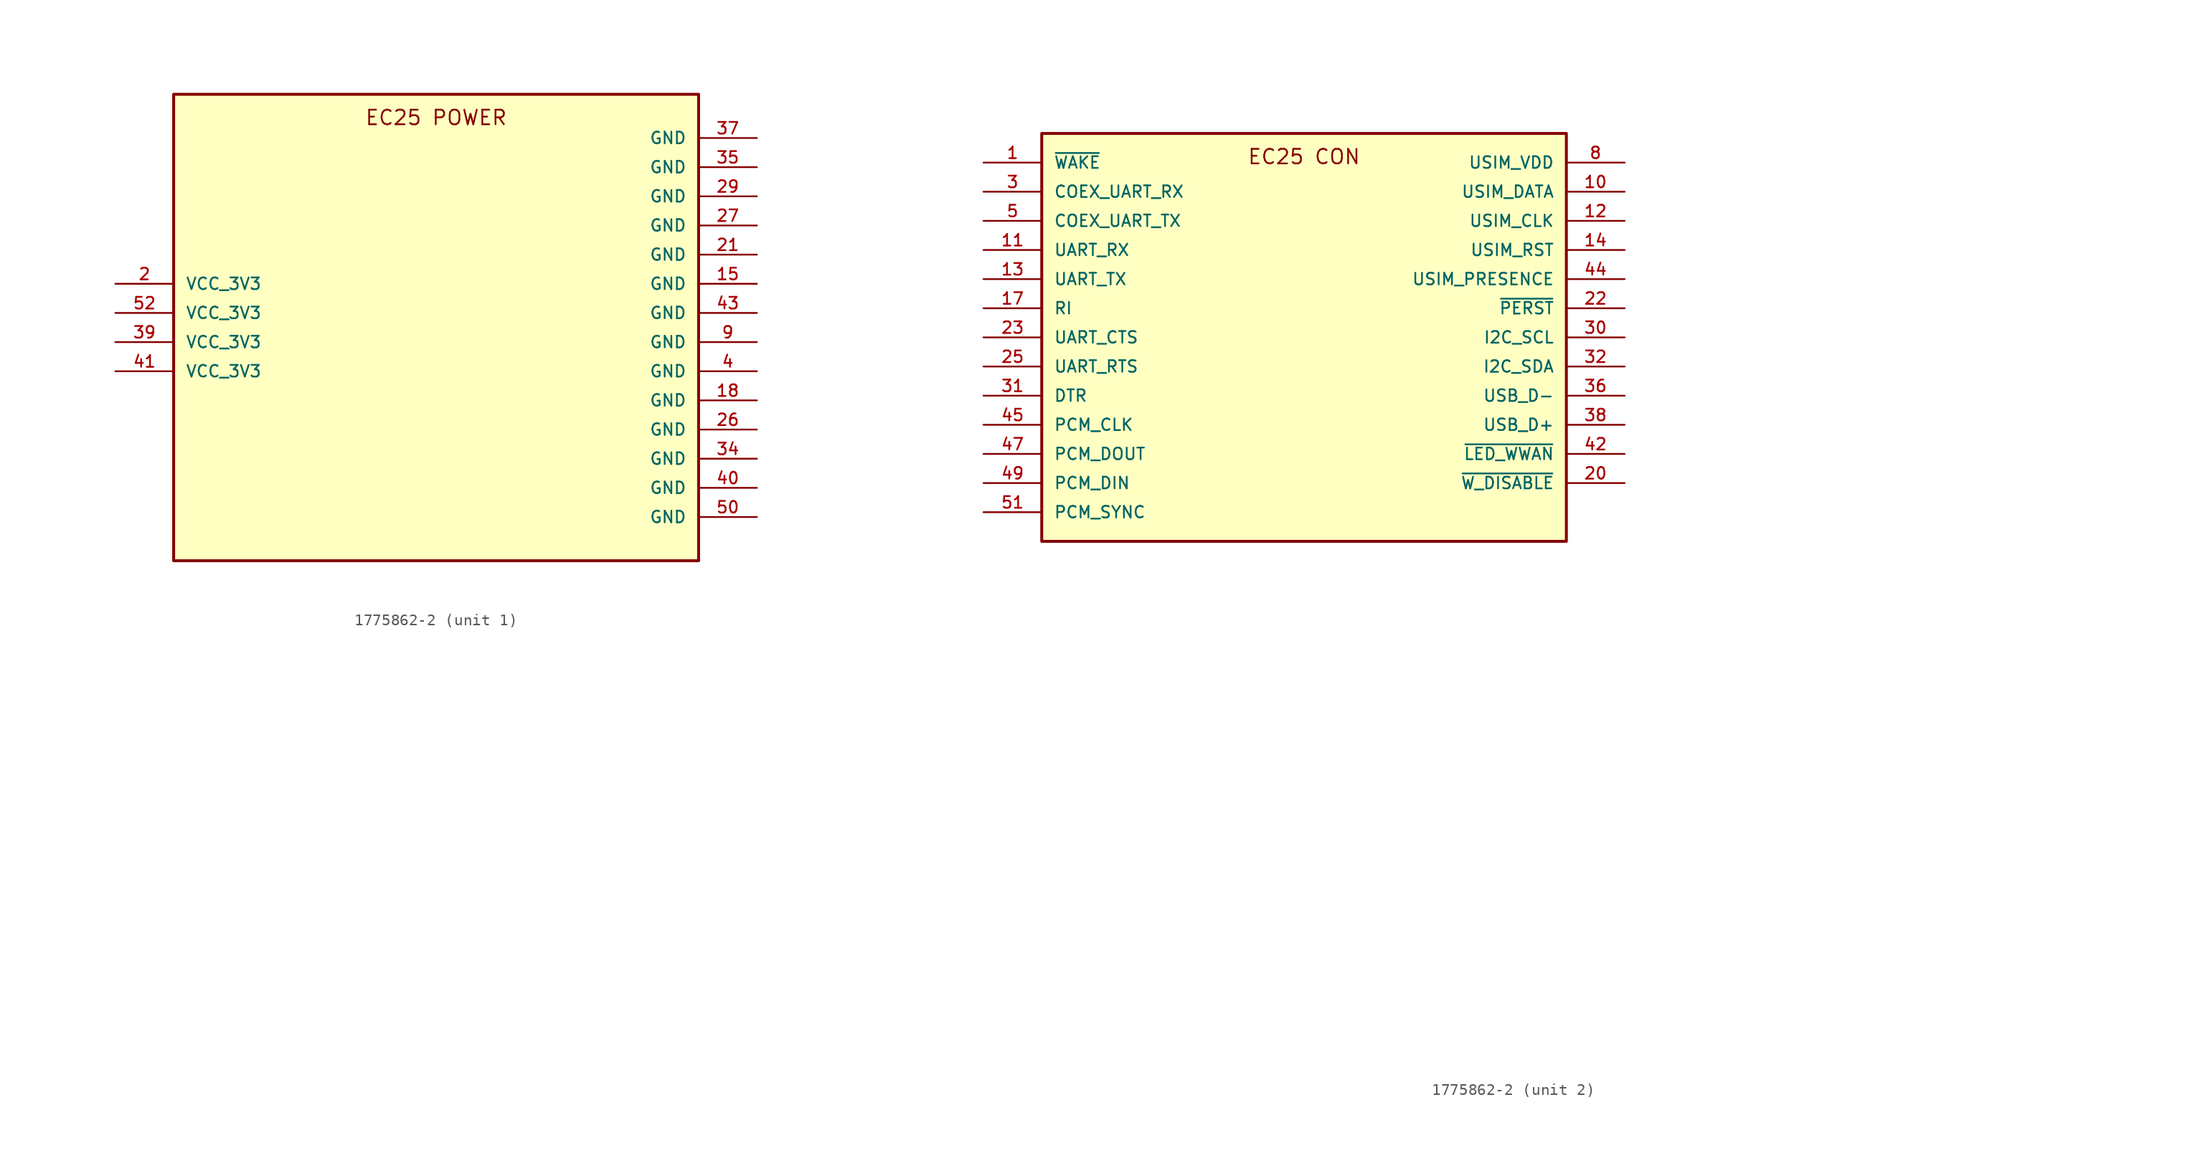
<source format=kicad_sym>
(kicad_symbol_lib
  (version 20241209)
  (generator "kicad_symbol_editor")
  (generator_version "9.0")
  (symbol "1775862-2"
    (pin_names
      (offset 1.016))
    (property "Reference" "P"
      (at -22.865 33.535 0)
      (effects (font (size 1.27 1.27)) (justify left bottom) (hide yes)))
    (property "ki_locked" ""
      (at 0 0 0)
      (effects (font (size 1.27 1.27))))
    (symbol "1775862-2_1_0"
      (rectangle (start -22.86 7.62) (end 22.86 -33.02) (stroke (width 0.254) (type solid)) (fill (type background)))
      (pin power_in line (at -27.94 -8.89 0) (length 5.08) (name "VCC_3V3" (effects (font (size 1.016 1.016)))) (number "2" (effects (font (size 1.016 1.016)))))
      (pin power_in line (at -27.94 -11.43 0) (length 5.08) (name "VCC_3V3" (effects (font (size 1.016 1.016)))) (number "52" (effects (font (size 1.016 1.016)))))
      (pin power_in line (at -27.94 -13.97 0) (length 5.08) (name "VCC_3V3" (effects (font (size 1.016 1.016)))) (number "39" (effects (font (size 1.016 1.016)))))
      (pin power_in line (at -27.94 -16.51 0) (length 5.08) (name "VCC_3V3" (effects (font (size 1.016 1.016)))) (number "41" (effects (font (size 1.016 1.016)))))
      (pin power_in line (at 27.94 3.81 180) (length 5.08) (name "GND" (effects (font (size 1.016 1.016)))) (number "37" (effects (font (size 1.016 1.016)))))
      (pin power_in line (at 27.94 1.27 180) (length 5.08) (name "GND" (effects (font (size 1.016 1.016)))) (number "35" (effects (font (size 1.016 1.016)))))
      (pin power_in line (at 27.94 -1.27 180) (length 5.08) (name "GND" (effects (font (size 1.016 1.016)))) (number "29" (effects (font (size 1.016 1.016)))))
      (pin power_in line (at 27.94 -3.81 180) (length 5.08) (name "GND" (effects (font (size 1.016 1.016)))) (number "27" (effects (font (size 1.016 1.016)))))
      (pin power_in line (at 27.94 -6.35 180) (length 5.08) (name "GND" (effects (font (size 1.016 1.016)))) (number "21" (effects (font (size 1.016 1.016)))))
      (pin power_in line (at 27.94 -8.89 180) (length 5.08) (name "GND" (effects (font (size 1.016 1.016)))) (number "15" (effects (font (size 1.016 1.016)))))
      (pin power_in line (at 27.94 -11.43 180) (length 5.08) (name "GND" (effects (font (size 1.016 1.016)))) (number "43" (effects (font (size 1.016 1.016)))))
      (pin power_in line (at 27.94 -13.97 180) (length 5.08) (name "GND" (effects (font (size 1.016 1.016)))) (number "9" (effects (font (size 1.016 1.016)))))
      (pin power_in line (at 27.94 -16.51 180) (length 5.08) (name "GND" (effects (font (size 1.016 1.016)))) (number "4" (effects (font (size 1.016 1.016)))))
      (pin power_in line (at 27.94 -19.05 180) (length 5.08) (name "GND" (effects (font (size 1.016 1.016)))) (number "18" (effects (font (size 1.016 1.016)))))
      (pin power_in line (at 27.94 -21.59 180) (length 5.08) (name "GND" (effects (font (size 1.016 1.016)))) (number "26" (effects (font (size 1.016 1.016)))))
      (pin power_in line (at 27.94 -24.13 180) (length 5.08) (name "GND" (effects (font (size 1.016 1.016)))) (number "34" (effects (font (size 1.016 1.016)))))
      (pin power_in line (at 27.94 -26.67 180) (length 5.08) (name "GND" (effects (font (size 1.016 1.016)))) (number "40" (effects (font (size 1.016 1.016)))))
      (pin power_in line (at 27.94 -29.21 180) (length 5.08) (name "GND" (effects (font (size 1.016 1.016)))) (number "50" (effects (font (size 1.016 1.016))))))
    (symbol "1775862-2_1_1"
      (text "EC25 POWER" (at 0 5.588 0) (effects (font (size 1.27 1.27)))))
    (symbol "1775862-2_2_0"
      (rectangle (start -22.86 34.29) (end 22.86 -1.27) (stroke (width 0.254) (type solid)) (fill (type background)))
      (pin open_collector line (at -27.94 31.75 0) (length 5.08) (name "~{WAKE}" (effects (font (size 1.016 1.016)))) (number "1" (effects (font (size 1.016 1.016)))))
      (pin input line (at -27.94 29.21 0) (length 5.08) (name "COEX_UART_RX" (effects (font (size 1.016 1.016)))) (number "3" (effects (font (size 1.016 1.016)))))
      (pin output line (at -27.94 26.67 0) (length 5.08) (name "COEX_UART_TX" (effects (font (size 1.016 1.016)))) (number "5" (effects (font (size 1.016 1.016)))))
      (pin input line (at -27.94 24.13 0) (length 5.08) (name "UART_RX" (effects (font (size 1.016 1.016)))) (number "11" (effects (font (size 1.016 1.016)))))
      (pin output line (at -27.94 21.59 0) (length 5.08) (name "UART_TX" (effects (font (size 1.016 1.016)))) (number "13" (effects (font (size 1.016 1.016)))))
      (pin output line (at -27.94 19.05 0) (length 5.08) (name "RI" (effects (font (size 1.016 1.016)))) (number "17" (effects (font (size 1.016 1.016)))))
      (pin input line (at -27.94 16.51 0) (length 5.08) (name "UART_CTS" (effects (font (size 1.016 1.016)))) (number "23" (effects (font (size 1.016 1.016)))))
      (pin output line (at -27.94 13.97 0) (length 5.08) (name "UART_RTS" (effects (font (size 1.016 1.016)))) (number "25" (effects (font (size 1.016 1.016)))))
      (pin input line (at -27.94 11.43 0) (length 5.08) (name "DTR" (effects (font (size 1.016 1.016)))) (number "31" (effects (font (size 1.016 1.016)))))
      (pin bidirectional line (at -27.94 8.89 0) (length 5.08) (name "PCM_CLK" (effects (font (size 1.016 1.016)))) (number "45" (effects (font (size 1.016 1.016)))))
      (pin output line (at -27.94 6.35 0) (length 5.08) (name "PCM_DOUT" (effects (font (size 1.016 1.016)))) (number "47" (effects (font (size 1.016 1.016)))))
      (pin input line (at -27.94 3.81 0) (length 5.08) (name "PCM_DIN" (effects (font (size 1.016 1.016)))) (number "49" (effects (font (size 1.016 1.016)))))
      (pin bidirectional line (at -27.94 1.27 0) (length 5.08) (name "PCM_SYNC" (effects (font (size 1.016 1.016)))) (number "51" (effects (font (size 1.016 1.016)))))
      (pin power_out line (at 27.94 31.75 180) (length 5.08) (name "USIM_VDD" (effects (font (size 1.016 1.016)))) (number "8" (effects (font (size 1.016 1.016)))))
      (pin bidirectional line (at 27.94 29.21 180) (length 5.08) (name "USIM_DATA" (effects (font (size 1.016 1.016)))) (number "10" (effects (font (size 1.016 1.016)))))
      (pin output line (at 27.94 26.67 180) (length 5.08) (name "USIM_CLK" (effects (font (size 1.016 1.016)))) (number "12" (effects (font (size 1.016 1.016)))))
      (pin output line (at 27.94 24.13 180) (length 5.08) (name "USIM_RST" (effects (font (size 1.016 1.016)))) (number "14" (effects (font (size 1.016 1.016)))))
      (pin input line (at 27.94 21.59 180) (length 5.08) (name "USIM_PRESENCE" (effects (font (size 1.016 1.016)))) (number "44" (effects (font (size 1.016 1.016)))))
      (pin input line (at 27.94 19.05 180) (length 5.08) (name "~{PERST}" (effects (font (size 1.016 1.016)))) (number "22" (effects (font (size 1.016 1.016)))))
      (pin output line (at 27.94 16.51 180) (length 5.08) (name "I2C_SCL" (effects (font (size 1.016 1.016)))) (number "30" (effects (font (size 1.016 1.016)))))
      (pin bidirectional line (at 27.94 13.97 180) (length 5.08) (name "I2C_SDA" (effects (font (size 1.016 1.016)))) (number "32" (effects (font (size 1.016 1.016)))))
      (pin bidirectional line (at 27.94 11.43 180) (length 5.08) (name "USB_D-" (effects (font (size 1.016 1.016)))) (number "36" (effects (font (size 1.016 1.016)))))
      (pin bidirectional line (at 27.94 8.89 180) (length 5.08) (name "USB_D+" (effects (font (size 1.016 1.016)))) (number "38" (effects (font (size 1.016 1.016)))))
      (pin open_collector line (at 27.94 6.35 180) (length 5.08) (name "~{LED_WWAN}" (effects (font (size 1.016 1.016)))) (number "42" (effects (font (size 1.016 1.016)))))
      (pin input line (at 27.94 3.81 180) (length 5.08) (name "~{W_DISABLE}" (effects (font (size 1.016 1.016)))) (number "20" (effects (font (size 1.016 1.016)))))
      (pin no_connect line (at 59.69 -20.32 0) (length 5.08) (hide yes) (name "RESERVED" (effects (font (size 1.016 1.016)))) (number "33" (effects (font (size 1.016 1.016)))))
      (pin no_connect line (at 59.69 -22.86 0) (length 5.08) (hide yes) (name "RESERVED" (effects (font (size 1.016 1.016)))) (number "19" (effects (font (size 1.016 1.016)))))
      (pin no_connect line (at 59.69 -25.4 0) (length 5.08) (hide yes) (name "RESERVED" (effects (font (size 1.016 1.016)))) (number "7" (effects (font (size 1.016 1.016)))))
      (pin no_connect line (at 59.69 -27.94 0) (length 5.08) (hide yes) (name "NC" (effects (font (size 1.016 1.016)))) (number "48" (effects (font (size 1.016 1.016)))))
      (pin no_connect line (at 59.69 -30.48 0) (length 5.08) (hide yes) (name "RESERVED" (effects (font (size 1.016 1.016)))) (number "46" (effects (font (size 1.016 1.016)))))
      (pin no_connect line (at 59.69 -33.02 0) (length 5.08) (hide yes) (name "NC" (effects (font (size 1.016 1.016)))) (number "6" (effects (font (size 1.016 1.016)))))
      (pin no_connect line (at 59.69 -35.56 0) (length 5.08) (hide yes) (name "RESERVED" (effects (font (size 1.016 1.016)))) (number "16" (effects (font (size 1.016 1.016)))))
      (pin no_connect line (at 59.69 -38.1 0) (length 5.08) (hide yes) (name "NC" (effects (font (size 1.016 1.016)))) (number "28" (effects (font (size 1.016 1.016)))))
      (pin no_connect line (at 59.69 -40.64 0) (length 5.08) (hide yes) (name "RESERVED" (effects (font (size 1.016 1.016)))) (number "24" (effects (font (size 1.016 1.016))))))
    (symbol "1775862-2_2_1"
      (text "EC25 CON" (at 0 32.258 0) (effects (font (size 1.27 1.27)))))))
</source>
